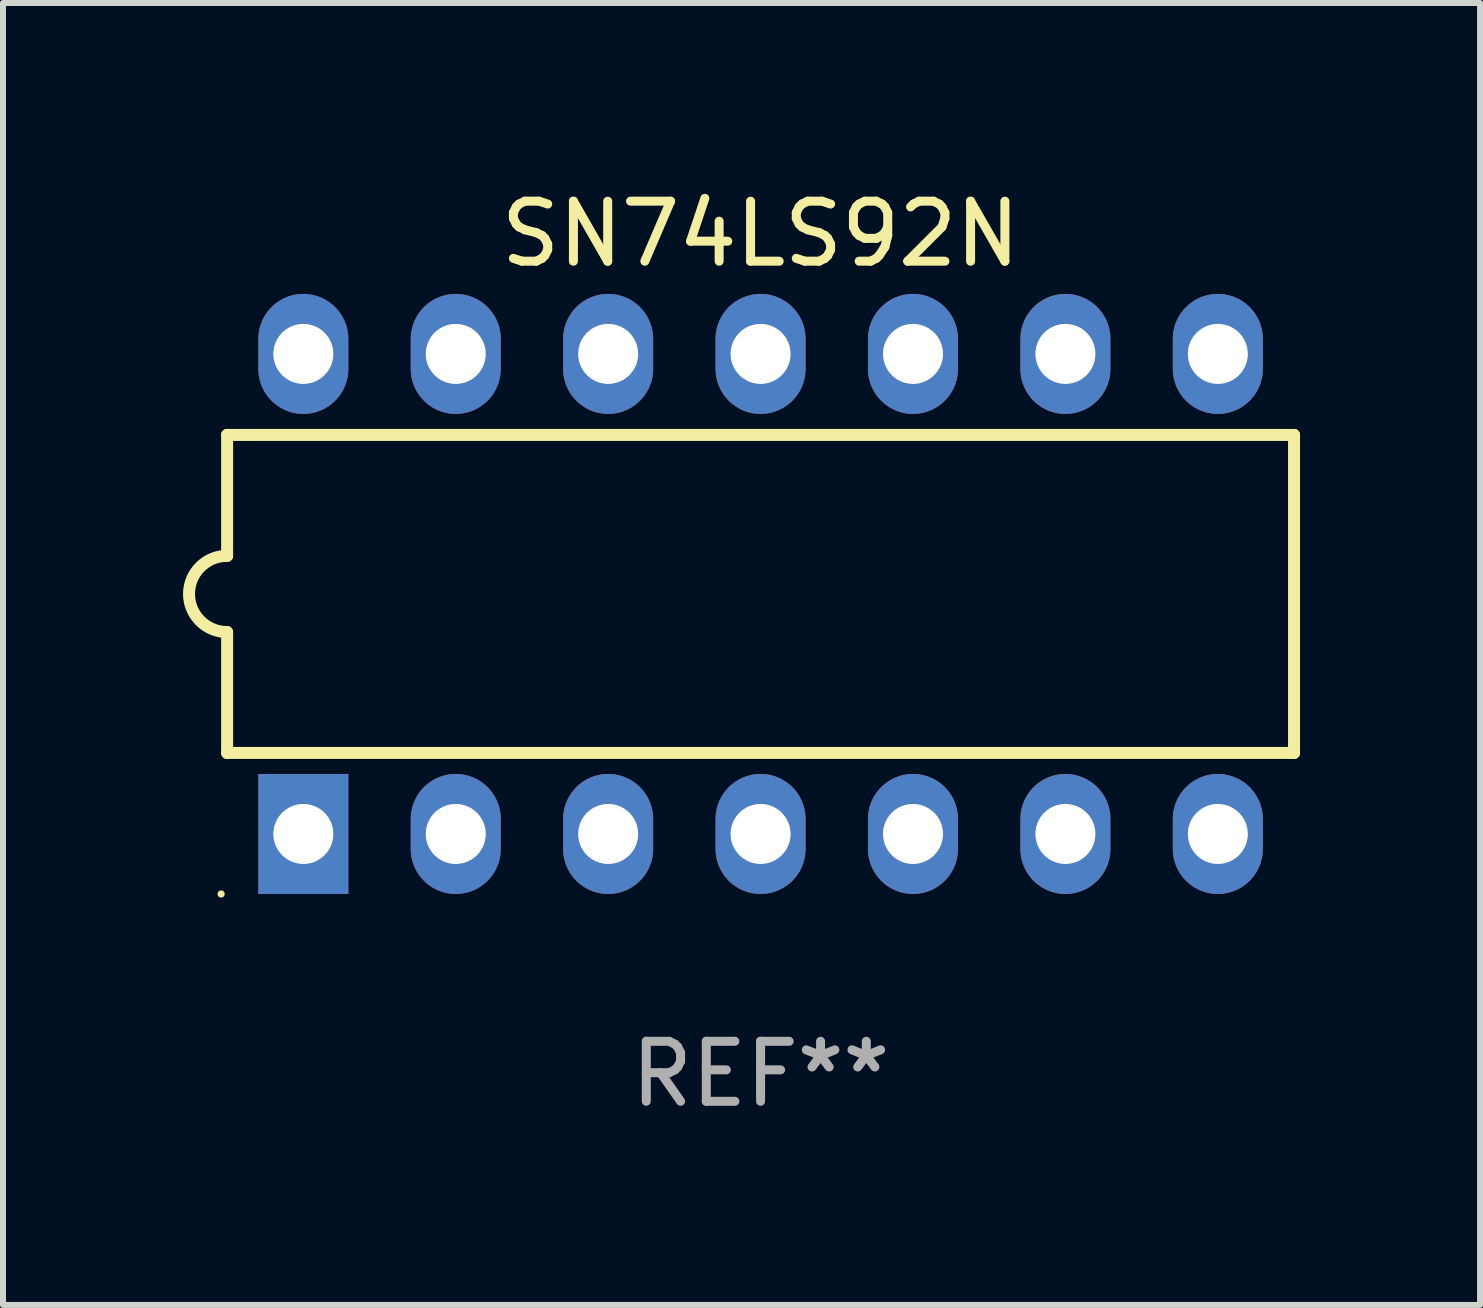
<source format=kicad_pcb>
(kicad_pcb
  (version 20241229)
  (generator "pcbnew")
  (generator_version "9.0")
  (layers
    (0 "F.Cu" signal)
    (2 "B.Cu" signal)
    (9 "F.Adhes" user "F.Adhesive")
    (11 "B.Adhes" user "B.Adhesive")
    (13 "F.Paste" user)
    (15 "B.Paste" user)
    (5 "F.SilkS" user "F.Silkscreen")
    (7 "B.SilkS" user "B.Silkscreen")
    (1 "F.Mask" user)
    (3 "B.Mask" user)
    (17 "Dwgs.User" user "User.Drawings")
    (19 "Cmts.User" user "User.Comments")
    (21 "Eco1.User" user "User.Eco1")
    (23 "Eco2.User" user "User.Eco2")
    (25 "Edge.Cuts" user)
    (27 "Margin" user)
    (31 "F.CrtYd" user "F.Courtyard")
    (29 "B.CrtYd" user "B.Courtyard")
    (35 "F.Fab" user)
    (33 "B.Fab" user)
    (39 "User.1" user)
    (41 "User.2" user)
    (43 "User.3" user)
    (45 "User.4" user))
  (footprint "SN74LS92N"
    (layer "F.Cu")
    (at 9.625 6.848)
    (property "Reference" "SN74LS92N" (at 0 -6 0) (layer "F.SilkS") (effects (font (size 1 1) (thickness 0.15))))
    (attr through_hole)
    (fp_line (start -8.89 -2.65) (end -8.89 -0.635) (stroke (width 0.2) (type solid)) (layer "F.SilkS"))
    (fp_line (start -8.89 0.635) (end -8.89 2.65) (stroke (width 0.2) (type solid)) (layer "F.SilkS"))
    (fp_line (start -8.89 2.65) (end 8.89 2.65) (stroke (width 0.2) (type solid)) (layer "F.SilkS"))
    (fp_line (start 8.89 -2.65) (end -8.89 -2.65) (stroke (width 0.2) (type solid)) (layer "F.SilkS"))
    (fp_line (start 8.89 2.65) (end 8.89 -2.65) (stroke (width 0.2) (type solid)) (layer "F.SilkS"))
    (fp_arc (start -8.890018 0.635001) (mid -9.525019 0) (end -8.890018 -0.635001) (stroke (width 0.2) (type solid)) (layer "F.SilkS"))
    (fp_circle (center -8.99 5) (end -8.96 5) (stroke (width 0.06) (type solid)) (fill no) (layer "F.SilkS"))
    (fp_text user "REF**" (at 0 8 0) (layer "F.Fab") (effects (font (size 1 1) (thickness 0.15))))
    (pad "1" thru_hole rect (at -7.62 4 90) (size 2 1.5) (drill 1) (layers "*.Cu" "*.Mask"))
    (pad "2" thru_hole oval (at -5.08 4 90) (size 2 1.5) (drill 1) (layers "*.Cu" "*.Mask"))
    (pad "3" thru_hole oval (at -2.54 4 90) (size 2 1.5) (drill 1) (layers "*.Cu" "*.Mask"))
    (pad "4" thru_hole oval (at 0 4 90) (size 2 1.5) (drill 1) (layers "*.Cu" "*.Mask"))
    (pad "5" thru_hole oval (at 2.54 4 90) (size 2 1.5) (drill 1) (layers "*.Cu" "*.Mask"))
    (pad "6" thru_hole oval (at 5.08 4 90) (size 2 1.5) (drill 1) (layers "*.Cu" "*.Mask"))
    (pad "7" thru_hole oval (at 7.62 4 90) (size 2 1.5) (drill 1) (layers "*.Cu" "*.Mask"))
    (pad "8" thru_hole oval (at 7.62 -4 90) (size 2 1.5) (drill 1) (layers "*.Cu" "*.Mask"))
    (pad "9" thru_hole oval (at 5.08 -4 90) (size 2 1.5) (drill 1) (layers "*.Cu" "*.Mask"))
    (pad "10" thru_hole oval (at 2.54 -4 90) (size 2 1.5) (drill 1) (layers "*.Cu" "*.Mask"))
    (pad "11" thru_hole oval (at 0 -4 90) (size 2 1.5) (drill 1) (layers "*.Cu" "*.Mask"))
    (pad "12" thru_hole oval (at -2.54 -4 90) (size 2 1.5) (drill 1) (layers "*.Cu" "*.Mask"))
    (pad "13" thru_hole oval (at -5.08 -4 90) (size 2 1.5) (drill 1) (layers "*.Cu" "*.Mask"))
    (pad "14" thru_hole oval (at -7.62 -4 90) (size 2 1.5) (drill 1) (layers "*.Cu" "*.Mask")))
  (gr_rect
    (start -3 -3)
    (end 21.615 18.697)
    (stroke (width 0.1) (type default))
    (fill no)
    (layer "Edge.Cuts")))
</source>
